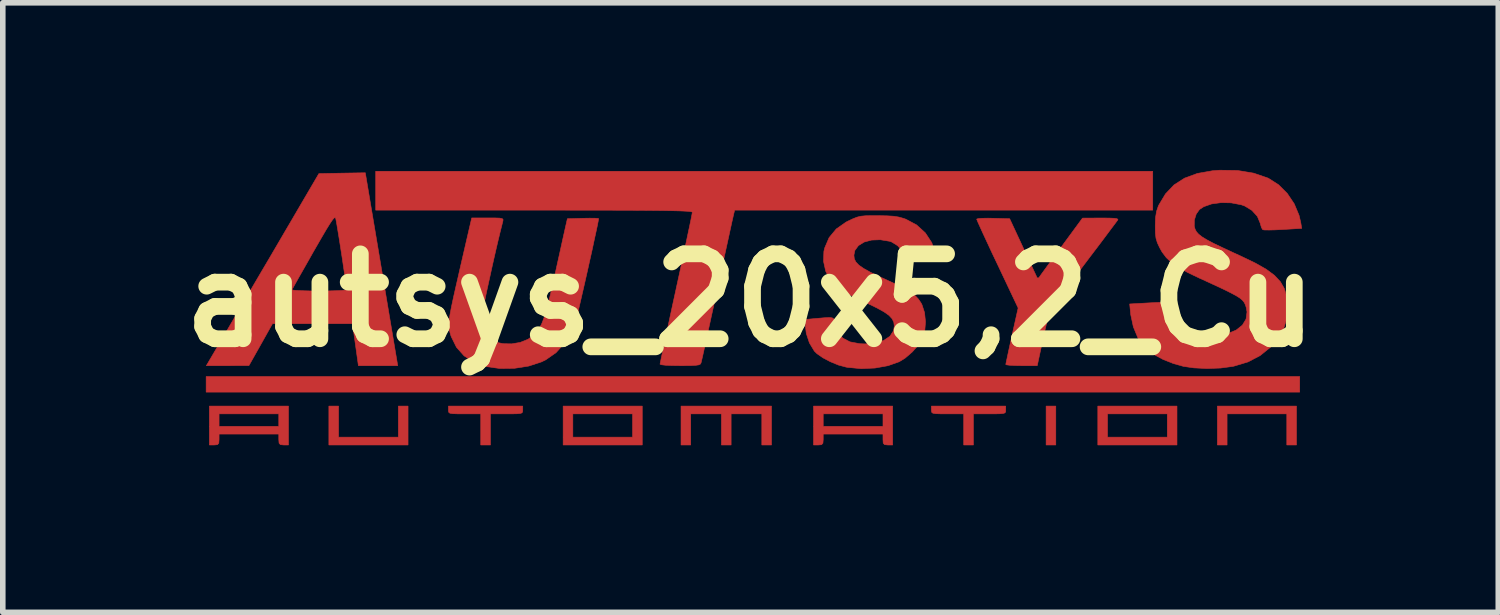
<source format=kicad_pcb>
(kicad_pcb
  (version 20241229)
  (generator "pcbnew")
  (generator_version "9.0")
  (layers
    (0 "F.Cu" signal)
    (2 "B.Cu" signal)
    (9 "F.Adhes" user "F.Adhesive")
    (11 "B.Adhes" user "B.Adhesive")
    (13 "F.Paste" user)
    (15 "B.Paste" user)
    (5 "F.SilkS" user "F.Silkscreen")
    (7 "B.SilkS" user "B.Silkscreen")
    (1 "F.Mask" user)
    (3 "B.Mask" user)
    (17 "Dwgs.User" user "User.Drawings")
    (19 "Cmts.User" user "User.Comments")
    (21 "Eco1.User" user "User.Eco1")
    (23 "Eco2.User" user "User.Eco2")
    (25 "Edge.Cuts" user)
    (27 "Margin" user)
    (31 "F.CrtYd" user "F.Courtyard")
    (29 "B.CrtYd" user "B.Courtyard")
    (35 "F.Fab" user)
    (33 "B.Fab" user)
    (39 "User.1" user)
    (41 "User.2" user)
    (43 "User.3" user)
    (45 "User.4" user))
  (footprint "autsys_20x5,2_Cu"
    (layer "F.Cu")
    (at 10.421 2.341)
    (property "Reference" "autsys_20x5,2_Cu" (at 0 0 0) (layer "F.SilkS") (effects (font (size 1.524 1.524) (thickness 0.3))))
    (attr through_hole)
    (fp_poly (pts (xy 5.48 2.596) (xy 5.306 2.596) (xy 5.306 1.898) (xy 5.48 1.898) (xy 5.48 2.596)) (stroke (width 0.01) (type solid)) (fill yes) (layer "F.Cu"))
    (fp_poly (pts (xy 9.858 1.647) (xy -9.771 1.647) (xy -9.771 1.368) (xy 9.858 1.368) (xy 9.858 1.647)) (stroke (width 0.01) (type solid)) (fill yes) (layer "F.Cu"))
    (fp_poly (pts (xy -7.394 2.456) (xy -6.321 2.456) (xy -6.321 1.898) (xy -6.147 1.898) (xy -6.147 2.596) (xy -7.568 2.596) (xy -7.568 1.898) (xy -7.394 1.898) (xy -7.394 2.456)) (stroke (width 0.01) (type solid)) (fill yes) (layer "F.Cu"))
    (fp_poly (pts (xy 9.8 2.596) (xy 9.626 2.596) (xy 9.626 2.038) (xy 8.554 2.038) (xy 8.554 2.596) (xy 8.38 2.596) (xy 8.38 1.898) (xy 9.8 1.898) (xy 9.8 2.596)) (stroke (width 0.01) (type solid)) (fill yes) (layer "F.Cu"))
    (fp_poly (pts (xy -1.943 2.596) (xy -3.363 2.596) (xy -3.363 2.038) (xy -3.189 2.038) (xy -3.189 2.456) (xy -2.117 2.456) (xy -2.117 2.038) (xy -3.189 2.038) (xy -3.363 2.038) (xy -3.363 1.898) (xy -1.943 1.898) (xy -1.943 2.596)) (stroke (width 0.01) (type solid)) (fill yes) (layer "F.Cu"))
    (fp_poly (pts (xy 7.655 2.596) (xy 6.234 2.596) (xy 6.234 2.038) (xy 6.408 2.038) (xy 6.408 2.456) (xy 7.481 2.456) (xy 7.481 2.038) (xy 6.408 2.038) (xy 6.234 2.038) (xy 6.234 1.898) (xy 7.655 1.898) (xy 7.655 2.596)) (stroke (width 0.01) (type solid)) (fill yes) (layer "F.Cu"))
    (fp_poly (pts (xy 0.377 2.596) (xy 0.203 2.596) (xy 0.203 2.038) (xy -0.348 2.038) (xy -0.348 2.596) (xy -0.522 2.596) (xy -0.522 2.038) (xy -1.073 2.038) (xy -1.073 2.596) (xy -1.247 2.596) (xy -1.247 1.898) (xy 0.377 1.898) (xy 0.377 2.596)) (stroke (width 0.01) (type solid)) (fill yes) (layer "F.Cu"))
    (fp_poly (pts (xy -4.088 1.968) (xy -4.09 1.999) (xy -4.102 2.02) (xy -4.136 2.031) (xy -4.201 2.036) (xy -4.309 2.038) (xy -4.378 2.038) (xy -4.668 2.038) (xy -4.668 2.596) (xy -4.842 2.596) (xy -4.842 2.038) (xy -5.132 2.038) (xy -5.264 2.037) (xy -5.348 2.034) (xy -5.395 2.026) (xy -5.416 2.01) (xy -5.422 1.984) (xy -5.422 1.968) (xy -5.422 1.898) (xy -4.088 1.898) (xy -4.088 1.968)) (stroke (width 0.01) (type solid)) (fill yes) (layer "F.Cu"))
    (fp_poly (pts (xy 4.581 1.968) (xy 4.58 1.999) (xy 4.567 2.02) (xy 4.534 2.031) (xy 4.468 2.036) (xy 4.361 2.038) (xy 4.291 2.038) (xy 4.001 2.038) (xy 4.001 2.596) (xy 3.827 2.596) (xy 3.827 2.038) (xy 3.537 2.038) (xy 3.406 2.037) (xy 3.322 2.034) (xy 3.274 2.026) (xy 3.253 2.01) (xy 3.248 1.984) (xy 3.247 1.968) (xy 3.247 1.898) (xy 4.581 1.898) (xy 4.581 1.968)) (stroke (width 0.01) (type solid)) (fill yes) (layer "F.Cu"))
    (fp_poly (pts (xy -8.293 2.596) (xy -8.38 2.596) (xy -8.438 2.59) (xy -8.462 2.563) (xy -8.467 2.498) (xy -8.467 2.4) (xy -9.539 2.4) (xy -9.539 2.498) (xy -9.544 2.564) (xy -9.569 2.591) (xy -9.626 2.596) (xy -9.713 2.596) (xy -9.713 2.038) (xy -9.539 2.038) (xy -9.539 2.261) (xy -8.467 2.261) (xy -8.467 2.038) (xy -9.539 2.038) (xy -9.713 2.038) (xy -9.713 1.898) (xy -8.293 1.898) (xy -8.293 2.596)) (stroke (width 0.01) (type solid)) (fill yes) (layer "F.Cu"))
    (fp_poly (pts (xy 2.552 2.596) (xy 2.465 2.596) (xy 2.406 2.59) (xy 2.382 2.563) (xy 2.378 2.498) (xy 2.378 2.4) (xy 1.305 2.4) (xy 1.305 2.498) (xy 1.3 2.564) (xy 1.275 2.591) (xy 1.218 2.596) (xy 1.131 2.596) (xy 1.131 2.038) (xy 1.305 2.038) (xy 1.305 2.261) (xy 2.378 2.261) (xy 2.378 2.038) (xy 1.305 2.038) (xy 1.131 2.038) (xy 1.131 1.898) (xy 2.552 1.898) (xy 2.552 2.596)) (stroke (width 0.01) (type solid)) (fill yes) (layer "F.Cu"))
    (fp_poly (pts (xy -6.623 -0.559) (xy -6.332 1.172) (xy -7.038 1.172) (xy -7.144 0.419) (xy -8.58 0.419) (xy -8.791 0.795) (xy -9.003 1.171) (xy -9.385 1.172) (xy -9.767 1.172) (xy -9.084 0.007) (xy -8.968 -0.191) (xy -8.23 -0.191) (xy -8.206 -0.183) (xy -8.133 -0.177) (xy -8.02 -0.172) (xy -7.877 -0.168) (xy -7.744 -0.167) (xy -7.582 -0.169) (xy -7.442 -0.173) (xy -7.334 -0.178) (xy -7.267 -0.185) (xy -7.249 -0.192) (xy -7.253 -0.235) (xy -7.265 -0.322) (xy -7.282 -0.445) (xy -7.304 -0.592) (xy -7.328 -0.755) (xy -7.354 -0.922) (xy -7.379 -1.083) (xy -7.403 -1.229) (xy -7.423 -1.35) (xy -7.438 -1.434) (xy -7.446 -1.473) (xy -7.456 -1.486) (xy -7.475 -1.477) (xy -7.505 -1.442) (xy -7.549 -1.377) (xy -7.611 -1.277) (xy -7.692 -1.139) (xy -7.797 -0.957) (xy -7.844 -0.876) (xy -7.943 -0.7) (xy -8.034 -0.54) (xy -8.112 -0.403) (xy -8.173 -0.294) (xy -8.213 -0.222) (xy -8.23 -0.191) (xy -8.23 -0.191) (xy -8.968 -0.191) (xy -8.933 -0.252) (xy -8.778 -0.516) (xy -8.624 -0.777) (xy -8.477 -1.028) (xy -8.341 -1.261) (xy -8.221 -1.465) (xy -8.122 -1.635) (xy -8.074 -1.717) (xy -7.747 -2.275) (xy -7.33 -2.283) (xy -6.914 -2.29) (xy -6.623 -0.559)) (stroke (width 0.01) (type solid)) (fill yes) (layer "F.Cu"))
    (fp_poly (pts (xy 7.22 -1.619) (xy -0.284 -1.619) (xy -0.3 -1.556) (xy -0.309 -1.516) (xy -0.329 -1.428) (xy -0.358 -1.296) (xy -0.395 -1.126) (xy -0.439 -0.925) (xy -0.489 -0.698) (xy -0.542 -0.45) (xy -0.595 -0.209) (xy -0.651 0.052) (xy -0.705 0.297) (xy -0.754 0.521) (xy -0.797 0.718) (xy -0.833 0.883) (xy -0.861 1.009) (xy -0.88 1.091) (xy -0.888 1.123) (xy -0.9 1.144) (xy -0.929 1.158) (xy -0.983 1.166) (xy -1.073 1.171) (xy -1.208 1.172) (xy -1.263 1.172) (xy -1.411 1.17) (xy -1.526 1.165) (xy -1.6 1.156) (xy -1.624 1.146) (xy -1.618 1.114) (xy -1.601 1.033) (xy -1.575 0.908) (xy -1.54 0.744) (xy -1.498 0.547) (xy -1.45 0.323) (xy -1.397 0.077) (xy -1.339 -0.187) (xy -1.334 -0.212) (xy -1.276 -0.477) (xy -1.222 -0.727) (xy -1.173 -0.955) (xy -1.131 -1.155) (xy -1.095 -1.324) (xy -1.068 -1.454) (xy -1.051 -1.542) (xy -1.044 -1.58) (xy -1.044 -1.581) (xy -1.051 -1.587) (xy -1.076 -1.593) (xy -1.121 -1.598) (xy -1.19 -1.602) (xy -1.285 -1.606) (xy -1.41 -1.609) (xy -1.568 -1.612) (xy -1.762 -1.614) (xy -1.994 -1.616) (xy -2.269 -1.617) (xy -2.59 -1.618) (xy -2.958 -1.618) (xy -3.379 -1.619) (xy -3.853 -1.619) (xy -6.727 -1.619) (xy -6.727 -2.317) (xy 7.22 -2.317) (xy 7.22 -1.619)) (stroke (width 0.01) (type solid)) (fill yes) (layer "F.Cu"))
    (fp_poly (pts (xy 6.433 -1.477) (xy 6.528 -1.473) (xy 6.58 -1.465) (xy 6.595 -1.451) (xy 6.593 -1.444) (xy 6.571 -1.414) (xy 6.519 -1.345) (xy 6.441 -1.241) (xy 6.342 -1.108) (xy 6.225 -0.953) (xy 6.094 -0.781) (xy 5.996 -0.651) (xy 5.857 -0.467) (xy 5.728 -0.295) (xy 5.613 -0.141) (xy 5.517 -0.01) (xy 5.443 0.091) (xy 5.396 0.158) (xy 5.382 0.179) (xy 5.364 0.23) (xy 5.337 0.325) (xy 5.305 0.452) (xy 5.27 0.602) (xy 5.246 0.711) (xy 5.147 1.172) (xy 4.864 1.172) (xy 4.744 1.17) (xy 4.65 1.165) (xy 4.593 1.157) (xy 4.582 1.151) (xy 4.588 1.119) (xy 4.605 1.04) (xy 4.629 0.926) (xy 4.66 0.783) (xy 4.693 0.634) (xy 4.804 0.137) (xy 4.432 -0.649) (xy 4.339 -0.844) (xy 4.256 -1.023) (xy 4.183 -1.18) (xy 4.125 -1.307) (xy 4.083 -1.4) (xy 4.062 -1.451) (xy 4.059 -1.458) (xy 4.086 -1.467) (xy 4.159 -1.473) (xy 4.265 -1.475) (xy 4.356 -1.473) (xy 4.652 -1.465) (xy 4.892 -0.949) (xy 4.966 -0.791) (xy 5.031 -0.649) (xy 5.085 -0.533) (xy 5.124 -0.45) (xy 5.143 -0.407) (xy 5.144 -0.405) (xy 5.167 -0.4) (xy 5.185 -0.419) (xy 5.209 -0.453) (xy 5.262 -0.526) (xy 5.337 -0.629) (xy 5.431 -0.757) (xy 5.537 -0.902) (xy 5.586 -0.969) (xy 5.959 -1.476) (xy 6.286 -1.478) (xy 6.433 -1.477)) (stroke (width 0.01) (type solid)) (fill yes) (layer "F.Cu"))
    (fp_poly (pts (xy -4.586 -1.479) (xy -4.504 -1.476) (xy -4.459 -1.468) (xy -4.442 -1.453) (xy -4.443 -1.429) (xy -4.446 -1.417) (xy -4.492 -1.233) (xy -4.541 -1.03) (xy -4.591 -0.814) (xy -4.641 -0.593) (xy -4.689 -0.374) (xy -4.735 -0.164) (xy -4.775 0.029) (xy -4.809 0.199) (xy -4.835 0.338) (xy -4.852 0.439) (xy -4.858 0.495) (xy -4.857 0.501) (xy -4.805 0.608) (xy -4.712 0.69) (xy -4.587 0.747) (xy -4.441 0.778) (xy -4.287 0.781) (xy -4.133 0.755) (xy -3.992 0.698) (xy -3.883 0.618) (xy -3.833 0.563) (xy -3.788 0.499) (xy -3.747 0.419) (xy -3.707 0.316) (xy -3.666 0.185) (xy -3.621 0.018) (xy -3.571 -0.19) (xy -3.513 -0.447) (xy -3.509 -0.466) (xy -3.466 -0.662) (xy -3.424 -0.85) (xy -3.387 -1.019) (xy -3.356 -1.159) (xy -3.333 -1.261) (xy -3.325 -1.298) (xy -3.287 -1.465) (xy -3.006 -1.473) (xy -2.887 -1.475) (xy -2.793 -1.474) (xy -2.736 -1.47) (xy -2.726 -1.466) (xy -2.732 -1.429) (xy -2.748 -1.346) (xy -2.774 -1.225) (xy -2.807 -1.074) (xy -2.844 -0.9) (xy -2.886 -0.713) (xy -2.929 -0.52) (xy -2.972 -0.33) (xy -3.013 -0.151) (xy -3.05 0.01) (xy -3.081 0.144) (xy -3.105 0.243) (xy -3.12 0.299) (xy -3.12 0.299) (xy -3.217 0.559) (xy -3.34 0.772) (xy -3.491 0.939) (xy -3.673 1.066) (xy -3.752 1.105) (xy -3.982 1.18) (xy -4.238 1.22) (xy -4.5 1.223) (xy -4.744 1.189) (xy -4.962 1.113) (xy -5.141 0.996) (xy -5.278 0.842) (xy -5.372 0.651) (xy -5.383 0.619) (xy -5.397 0.567) (xy -5.408 0.519) (xy -5.414 0.468) (xy -5.413 0.408) (xy -5.406 0.333) (xy -5.391 0.237) (xy -5.367 0.114) (xy -5.334 -0.042) (xy -5.29 -0.237) (xy -5.235 -0.477) (xy -5.199 -0.635) (xy -5.004 -1.479) (xy -4.717 -1.479) (xy -4.586 -1.479)) (stroke (width 0.01) (type solid)) (fill yes) (layer "F.Cu"))
    (fp_poly (pts (xy 2.288 -1.52) (xy 2.449 -1.517) (xy 2.568 -1.51) (xy 2.662 -1.495) (xy 2.747 -1.471) (xy 2.789 -1.456) (xy 2.981 -1.354) (xy 3.138 -1.211) (xy 3.254 -1.035) (xy 3.32 -0.835) (xy 3.339 -0.734) (xy 3.159 -0.716) (xy 3.007 -0.702) (xy 2.904 -0.697) (xy 2.838 -0.703) (xy 2.8 -0.721) (xy 2.781 -0.752) (xy 2.774 -0.778) (xy 2.726 -0.885) (xy 2.64 -0.982) (xy 2.533 -1.048) (xy 2.499 -1.06) (xy 2.329 -1.088) (xy 2.173 -1.082) (xy 2.039 -1.046) (xy 1.936 -0.982) (xy 1.873 -0.895) (xy 1.856 -0.81) (xy 1.863 -0.746) (xy 1.891 -0.689) (xy 1.945 -0.632) (xy 2.031 -0.572) (xy 2.155 -0.503) (xy 2.325 -0.421) (xy 2.413 -0.381) (xy 2.609 -0.289) (xy 2.759 -0.214) (xy 2.871 -0.148) (xy 2.953 -0.087) (xy 3.013 -0.024) (xy 3.06 0.045) (xy 3.078 0.079) (xy 3.124 0.22) (xy 3.141 0.386) (xy 3.128 0.551) (xy 3.09 0.679) (xy 3.014 0.802) (xy 2.903 0.927) (xy 2.775 1.037) (xy 2.669 1.102) (xy 2.468 1.173) (xy 2.235 1.215) (xy 1.987 1.226) (xy 1.74 1.203) (xy 1.711 1.197) (xy 1.577 1.161) (xy 1.434 1.102) (xy 1.301 1.032) (xy 1.194 0.958) (xy 1.146 0.911) (xy 1.057 0.763) (xy 1.001 0.593) (xy 0.986 0.461) (xy 0.986 0.343) (xy 1.182 0.325) (xy 1.321 0.313) (xy 1.414 0.308) (xy 1.469 0.315) (xy 1.499 0.336) (xy 1.514 0.375) (xy 1.524 0.435) (xy 1.569 0.574) (xy 1.655 0.677) (xy 1.785 0.745) (xy 1.959 0.778) (xy 2.059 0.782) (xy 2.243 0.765) (xy 2.392 0.719) (xy 2.502 0.645) (xy 2.566 0.548) (xy 2.581 0.462) (xy 2.572 0.392) (xy 2.542 0.33) (xy 2.485 0.269) (xy 2.394 0.205) (xy 2.262 0.133) (xy 2.083 0.046) (xy 2.047 0.03) (xy 1.897 -0.041) (xy 1.759 -0.111) (xy 1.644 -0.173) (xy 1.564 -0.221) (xy 1.543 -0.236) (xy 1.429 -0.364) (xy 1.35 -0.523) (xy 1.311 -0.7) (xy 1.317 -0.878) (xy 1.331 -0.939) (xy 1.411 -1.126) (xy 1.539 -1.281) (xy 1.714 -1.404) (xy 1.751 -1.423) (xy 1.84 -1.465) (xy 1.911 -1.493) (xy 1.98 -1.51) (xy 2.064 -1.518) (xy 2.178 -1.52) (xy 2.288 -1.52)) (stroke (width 0.01) (type solid)) (fill yes) (layer "F.Cu"))
    (fp_poly (pts (xy 8.742 -2.331) (xy 9.032 -2.283) (xy 9.288 -2.195) (xy 9.298 -2.19) (xy 9.477 -2.076) (xy 9.634 -1.92) (xy 9.76 -1.732) (xy 9.847 -1.524) (xy 9.876 -1.399) (xy 9.894 -1.292) (xy 9.558 -1.272) (xy 9.423 -1.265) (xy 9.309 -1.262) (xy 9.229 -1.263) (xy 9.195 -1.268) (xy 9.173 -1.303) (xy 9.152 -1.37) (xy 9.15 -1.382) (xy 9.098 -1.507) (xy 9 -1.615) (xy 8.868 -1.695) (xy 8.807 -1.716) (xy 8.628 -1.75) (xy 8.447 -1.754) (xy 8.278 -1.731) (xy 8.135 -1.681) (xy 8.059 -1.631) (xy 8.001 -1.55) (xy 7.967 -1.442) (xy 7.965 -1.334) (xy 7.966 -1.328) (xy 7.98 -1.278) (xy 8.004 -1.232) (xy 8.043 -1.188) (xy 8.104 -1.14) (xy 8.191 -1.087) (xy 8.311 -1.023) (xy 8.47 -0.947) (xy 8.672 -0.853) (xy 8.818 -0.786) (xy 9.063 -0.668) (xy 9.257 -0.558) (xy 9.404 -0.449) (xy 9.51 -0.336) (xy 9.581 -0.213) (xy 9.622 -0.075) (xy 9.637 0.085) (xy 9.637 0.126) (xy 9.619 0.343) (xy 9.564 0.528) (xy 9.466 0.695) (xy 9.341 0.835) (xy 9.148 0.991) (xy 8.931 1.105) (xy 8.678 1.181) (xy 8.655 1.186) (xy 8.438 1.215) (xy 8.196 1.224) (xy 7.956 1.212) (xy 7.771 1.185) (xy 7.587 1.133) (xy 7.404 1.06) (xy 7.239 0.971) (xy 7.108 0.877) (xy 7.062 0.832) (xy 6.953 0.672) (xy 6.872 0.476) (xy 6.826 0.262) (xy 6.823 0.237) (xy 6.806 0.065) (xy 7.148 0.046) (xy 7.282 0.039) (xy 7.393 0.035) (xy 7.47 0.034) (xy 7.5 0.037) (xy 7.51 0.067) (xy 7.526 0.135) (xy 7.538 0.191) (xy 7.582 0.346) (xy 7.649 0.462) (xy 7.747 0.545) (xy 7.883 0.599) (xy 8.063 0.629) (xy 8.165 0.636) (xy 8.382 0.632) (xy 8.568 0.596) (xy 8.719 0.533) (xy 8.829 0.445) (xy 8.895 0.336) (xy 8.912 0.208) (xy 8.898 0.129) (xy 8.883 0.081) (xy 8.863 0.039) (xy 8.832 0.000248) (xy 8.785 -0.04) (xy 8.716 -0.084) (xy 8.618 -0.136) (xy 8.487 -0.201) (xy 8.315 -0.281) (xy 8.098 -0.381) (xy 8.059 -0.398) (xy 7.848 -0.499) (xy 7.684 -0.59) (xy 7.559 -0.677) (xy 7.463 -0.767) (xy 7.387 -0.868) (xy 7.344 -0.945) (xy 7.302 -1.035) (xy 7.278 -1.116) (xy 7.267 -1.21) (xy 7.265 -1.337) (xy 7.265 -1.34) (xy 7.27 -1.486) (xy 7.288 -1.597) (xy 7.32 -1.692) (xy 7.328 -1.709) (xy 7.449 -1.911) (xy 7.602 -2.072) (xy 7.792 -2.194) (xy 8.021 -2.278) (xy 8.292 -2.326) (xy 8.423 -2.336) (xy 8.742 -2.331)) (stroke (width 0.01) (type solid)) (fill yes) (layer "F.Cu")))
  (gr_rect
    (start -3 -3)
    (end 23.843 7.941)
    (stroke (width 0.1) (type default))
    (fill no)
    (layer "Edge.Cuts")))
</source>
